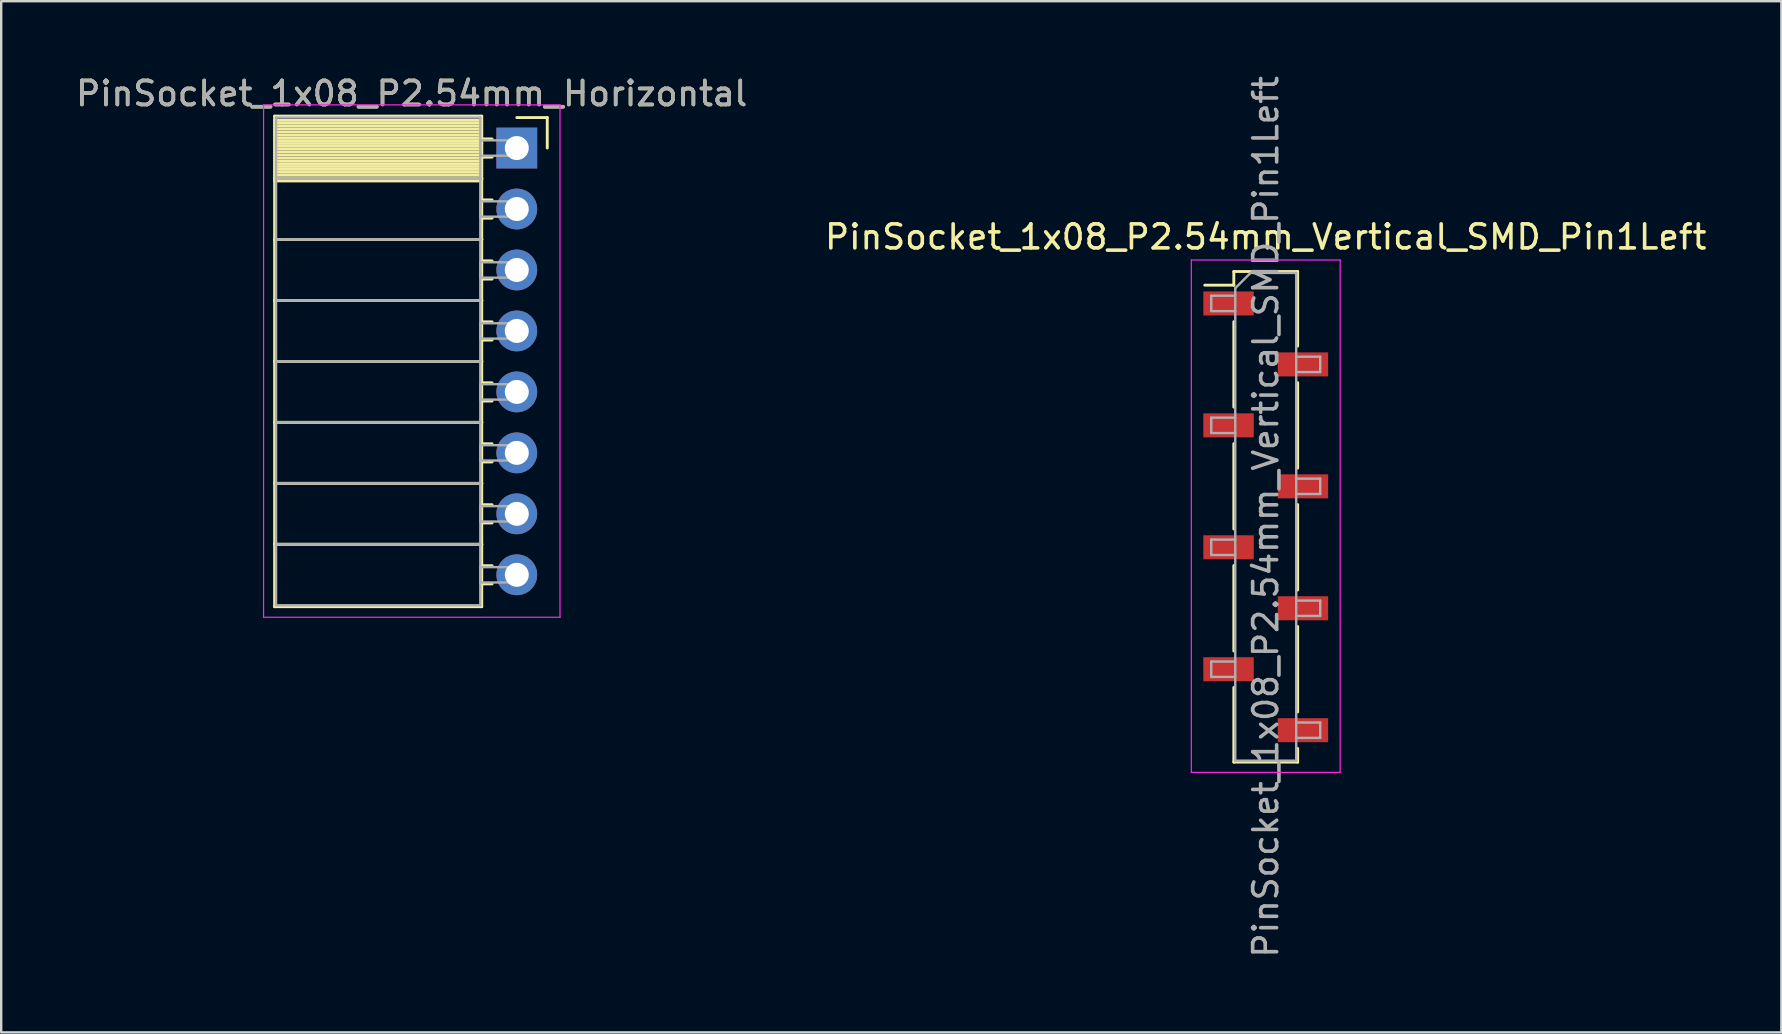
<source format=kicad_pcb>
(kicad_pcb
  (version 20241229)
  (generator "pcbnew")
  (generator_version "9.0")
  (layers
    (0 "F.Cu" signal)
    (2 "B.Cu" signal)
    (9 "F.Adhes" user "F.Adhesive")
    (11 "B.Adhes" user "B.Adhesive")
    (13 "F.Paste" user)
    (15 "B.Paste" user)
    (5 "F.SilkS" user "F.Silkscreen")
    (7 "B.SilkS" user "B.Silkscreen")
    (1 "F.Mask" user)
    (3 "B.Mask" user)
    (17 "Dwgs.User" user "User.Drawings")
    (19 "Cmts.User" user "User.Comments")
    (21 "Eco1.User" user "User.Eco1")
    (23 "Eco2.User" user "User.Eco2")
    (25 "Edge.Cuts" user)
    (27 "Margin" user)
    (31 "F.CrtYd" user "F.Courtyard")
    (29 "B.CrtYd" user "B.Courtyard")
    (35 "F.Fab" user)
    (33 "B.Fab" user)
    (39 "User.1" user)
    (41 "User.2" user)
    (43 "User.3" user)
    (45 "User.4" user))
  (footprint "PinSocket_1x08_P2.54mm_Horizontal"
    (layer "F.Cu")
    (at 18.481 3.118)
    (property "Reference" "PinSocket_1x08_P2.54mm_Horizontal" (at -4.38 -2.27 0) (layer "F.SilkS") (effects (font (size 1 1) (thickness 0.15))))
    (attr through_hole)
    (fp_line (start -10.09 -1.33) (end -1.46 -1.33) (stroke (width 0.12) (type solid)) (layer "F.SilkS"))
    (fp_line (start -10.09 1.27) (end -10.09 -1.33) (stroke (width 0.12) (type solid)) (layer "F.SilkS"))
    (fp_line (start -10.09 1.27) (end -1.46 1.27) (stroke (width 0.12) (type solid)) (layer "F.SilkS"))
    (fp_line (start -10.09 3.81) (end -10.09 1.27) (stroke (width 0.12) (type solid)) (layer "F.SilkS"))
    (fp_line (start -10.09 3.81) (end -1.46 3.81) (stroke (width 0.12) (type solid)) (layer "F.SilkS"))
    (fp_line (start -10.09 6.35) (end -10.09 3.81) (stroke (width 0.12) (type solid)) (layer "F.SilkS"))
    (fp_line (start -10.09 6.35) (end -1.46 6.35) (stroke (width 0.12) (type solid)) (layer "F.SilkS"))
    (fp_line (start -10.09 8.89) (end -10.09 6.35) (stroke (width 0.12) (type solid)) (layer "F.SilkS"))
    (fp_line (start -10.09 8.89) (end -1.46 8.89) (stroke (width 0.12) (type solid)) (layer "F.SilkS"))
    (fp_line (start -10.09 11.43) (end -10.09 8.89) (stroke (width 0.12) (type solid)) (layer "F.SilkS"))
    (fp_line (start -10.09 11.43) (end -1.46 11.43) (stroke (width 0.12) (type solid)) (layer "F.SilkS"))
    (fp_line (start -10.09 13.97) (end -10.09 11.43) (stroke (width 0.12) (type solid)) (layer "F.SilkS"))
    (fp_line (start -10.09 13.97) (end -1.46 13.97) (stroke (width 0.12) (type solid)) (layer "F.SilkS"))
    (fp_line (start -10.09 16.51) (end -10.09 13.97) (stroke (width 0.12) (type solid)) (layer "F.SilkS"))
    (fp_line (start -10.09 16.51) (end -1.46 16.51) (stroke (width 0.12) (type solid)) (layer "F.SilkS"))
    (fp_line (start -10.09 19.11) (end -10.09 16.51) (stroke (width 0.12) (type solid)) (layer "F.SilkS"))
    (fp_line (start -1.46 -1.33) (end -1.46 1.27) (stroke (width 0.12) (type solid)) (layer "F.SilkS"))
    (fp_line (start -1.46 -1.15) (end -10.09 -1.15) (stroke (width 0.12) (type solid)) (layer "F.SilkS"))
    (fp_line (start -1.46 -1.03) (end -10.09 -1.03) (stroke (width 0.12) (type solid)) (layer "F.SilkS"))
    (fp_line (start -1.46 -0.91) (end -10.09 -0.91) (stroke (width 0.12) (type solid)) (layer "F.SilkS"))
    (fp_line (start -1.46 -0.79) (end -10.09 -0.79) (stroke (width 0.12) (type solid)) (layer "F.SilkS"))
    (fp_line (start -1.46 -0.67) (end -10.09 -0.67) (stroke (width 0.12) (type solid)) (layer "F.SilkS"))
    (fp_line (start -1.46 -0.55) (end -10.09 -0.55) (stroke (width 0.12) (type solid)) (layer "F.SilkS"))
    (fp_line (start -1.46 -0.43) (end -10.09 -0.43) (stroke (width 0.12) (type solid)) (layer "F.SilkS"))
    (fp_line (start -1.46 -0.31) (end -10.09 -0.31) (stroke (width 0.12) (type solid)) (layer "F.SilkS"))
    (fp_line (start -1.46 -0.19) (end -10.09 -0.19) (stroke (width 0.12) (type solid)) (layer "F.SilkS"))
    (fp_line (start -1.46 -0.07) (end -10.09 -0.07) (stroke (width 0.12) (type solid)) (layer "F.SilkS"))
    (fp_line (start -1.46 0.05) (end -10.09 0.05) (stroke (width 0.12) (type solid)) (layer "F.SilkS"))
    (fp_line (start -1.46 0.17) (end -10.09 0.17) (stroke (width 0.12) (type solid)) (layer "F.SilkS"))
    (fp_line (start -1.46 0.29) (end -10.09 0.29) (stroke (width 0.12) (type solid)) (layer "F.SilkS"))
    (fp_line (start -1.46 0.41) (end -10.09 0.41) (stroke (width 0.12) (type solid)) (layer "F.SilkS"))
    (fp_line (start -1.46 0.53) (end -10.09 0.53) (stroke (width 0.12) (type solid)) (layer "F.SilkS"))
    (fp_line (start -1.46 0.65) (end -10.09 0.65) (stroke (width 0.12) (type solid)) (layer "F.SilkS"))
    (fp_line (start -1.46 0.77) (end -10.09 0.77) (stroke (width 0.12) (type solid)) (layer "F.SilkS"))
    (fp_line (start -1.46 0.89) (end -10.09 0.89) (stroke (width 0.12) (type solid)) (layer "F.SilkS"))
    (fp_line (start -1.46 1.01) (end -10.09 1.01) (stroke (width 0.12) (type solid)) (layer "F.SilkS"))
    (fp_line (start -1.46 1.13) (end -10.09 1.13) (stroke (width 0.12) (type solid)) (layer "F.SilkS"))
    (fp_line (start -1.46 1.25) (end -10.09 1.25) (stroke (width 0.12) (type solid)) (layer "F.SilkS"))
    (fp_line (start -1.46 1.27) (end -10.09 1.27) (stroke (width 0.12) (type solid)) (layer "F.SilkS"))
    (fp_line (start -1.46 1.27) (end -1.46 3.81) (stroke (width 0.12) (type solid)) (layer "F.SilkS"))
    (fp_line (start -1.46 1.37) (end -10.09 1.37) (stroke (width 0.12) (type solid)) (layer "F.SilkS"))
    (fp_line (start -1.46 3.81) (end -10.09 3.81) (stroke (width 0.12) (type solid)) (layer "F.SilkS"))
    (fp_line (start -1.46 3.81) (end -1.46 6.35) (stroke (width 0.12) (type solid)) (layer "F.SilkS"))
    (fp_line (start -1.46 6.35) (end -10.09 6.35) (stroke (width 0.12) (type solid)) (layer "F.SilkS"))
    (fp_line (start -1.46 6.35) (end -1.46 8.89) (stroke (width 0.12) (type solid)) (layer "F.SilkS"))
    (fp_line (start -1.46 8.89) (end -10.09 8.89) (stroke (width 0.12) (type solid)) (layer "F.SilkS"))
    (fp_line (start -1.46 8.89) (end -1.46 11.43) (stroke (width 0.12) (type solid)) (layer "F.SilkS"))
    (fp_line (start -1.46 11.43) (end -10.09 11.43) (stroke (width 0.12) (type solid)) (layer "F.SilkS"))
    (fp_line (start -1.46 11.43) (end -1.46 13.97) (stroke (width 0.12) (type solid)) (layer "F.SilkS"))
    (fp_line (start -1.46 13.97) (end -10.09 13.97) (stroke (width 0.12) (type solid)) (layer "F.SilkS"))
    (fp_line (start -1.46 13.97) (end -1.46 16.51) (stroke (width 0.12) (type solid)) (layer "F.SilkS"))
    (fp_line (start -1.46 16.51) (end -10.09 16.51) (stroke (width 0.12) (type solid)) (layer "F.SilkS"))
    (fp_line (start -1.46 16.51) (end -1.46 19.11) (stroke (width 0.12) (type solid)) (layer "F.SilkS"))
    (fp_line (start -1.46 19.11) (end -10.09 19.11) (stroke (width 0.12) (type solid)) (layer "F.SilkS"))
    (fp_line (start -1.03 -0.38) (end -1.46 -0.38) (stroke (width 0.12) (type solid)) (layer "F.SilkS"))
    (fp_line (start -1.03 0.38) (end -1.46 0.38) (stroke (width 0.12) (type solid)) (layer "F.SilkS"))
    (fp_line (start -1.03 2.16) (end -1.46 2.16) (stroke (width 0.12) (type solid)) (layer "F.SilkS"))
    (fp_line (start -1.03 2.92) (end -1.46 2.92) (stroke (width 0.12) (type solid)) (layer "F.SilkS"))
    (fp_line (start -1.03 4.7) (end -1.46 4.7) (stroke (width 0.12) (type solid)) (layer "F.SilkS"))
    (fp_line (start -1.03 5.46) (end -1.46 5.46) (stroke (width 0.12) (type solid)) (layer "F.SilkS"))
    (fp_line (start -1.03 7.24) (end -1.46 7.24) (stroke (width 0.12) (type solid)) (layer "F.SilkS"))
    (fp_line (start -1.03 8) (end -1.46 8) (stroke (width 0.12) (type solid)) (layer "F.SilkS"))
    (fp_line (start -1.03 9.78) (end -1.46 9.78) (stroke (width 0.12) (type solid)) (layer "F.SilkS"))
    (fp_line (start -1.03 10.54) (end -1.46 10.54) (stroke (width 0.12) (type solid)) (layer "F.SilkS"))
    (fp_line (start -1.03 12.32) (end -1.46 12.32) (stroke (width 0.12) (type solid)) (layer "F.SilkS"))
    (fp_line (start -1.03 13.08) (end -1.46 13.08) (stroke (width 0.12) (type solid)) (layer "F.SilkS"))
    (fp_line (start -1.03 14.86) (end -1.46 14.86) (stroke (width 0.12) (type solid)) (layer "F.SilkS"))
    (fp_line (start -1.03 15.62) (end -1.46 15.62) (stroke (width 0.12) (type solid)) (layer "F.SilkS"))
    (fp_line (start -1.03 17.4) (end -1.46 17.4) (stroke (width 0.12) (type solid)) (layer "F.SilkS"))
    (fp_line (start -1.03 18.16) (end -1.46 18.16) (stroke (width 0.12) (type solid)) (layer "F.SilkS"))
    (fp_line (start 0 -1.27) (end 1.27 -1.27) (stroke (width 0.12) (type solid)) (layer "F.SilkS"))
    (fp_line (start 1.27 -1.27) (end 1.27 0) (stroke (width 0.12) (type solid)) (layer "F.SilkS"))
    (fp_line (start -10.55 -1.8) (end 1.8 -1.8) (stroke (width 0.05) (type solid)) (layer "F.CrtYd"))
    (fp_line (start -10.55 19.55) (end -10.55 -1.8) (stroke (width 0.05) (type solid)) (layer "F.CrtYd"))
    (fp_line (start 1.8 -1.8) (end 1.8 19.55) (stroke (width 0.05) (type solid)) (layer "F.CrtYd"))
    (fp_line (start 1.8 19.55) (end -10.55 19.55) (stroke (width 0.05) (type solid)) (layer "F.CrtYd"))
    (fp_line (start -10.03 -1.27) (end -1.52 -1.27) (stroke (width 0.1) (type solid)) (layer "F.Fab"))
    (fp_line (start -10.03 1.27) (end -10.03 -1.27) (stroke (width 0.1) (type solid)) (layer "F.Fab"))
    (fp_line (start -10.03 1.27) (end -1.52 1.27) (stroke (width 0.1) (type solid)) (layer "F.Fab"))
    (fp_line (start -10.03 3.81) (end -10.03 1.27) (stroke (width 0.1) (type solid)) (layer "F.Fab"))
    (fp_line (start -10.03 3.81) (end -1.52 3.81) (stroke (width 0.1) (type solid)) (layer "F.Fab"))
    (fp_line (start -10.03 6.35) (end -10.03 3.81) (stroke (width 0.1) (type solid)) (layer "F.Fab"))
    (fp_line (start -10.03 6.35) (end -1.52 6.35) (stroke (width 0.1) (type solid)) (layer "F.Fab"))
    (fp_line (start -10.03 8.89) (end -10.03 6.35) (stroke (width 0.1) (type solid)) (layer "F.Fab"))
    (fp_line (start -10.03 8.89) (end -1.52 8.89) (stroke (width 0.1) (type solid)) (layer "F.Fab"))
    (fp_line (start -10.03 11.43) (end -10.03 8.89) (stroke (width 0.1) (type solid)) (layer "F.Fab"))
    (fp_line (start -10.03 11.43) (end -1.52 11.43) (stroke (width 0.1) (type solid)) (layer "F.Fab"))
    (fp_line (start -10.03 13.97) (end -10.03 11.43) (stroke (width 0.1) (type solid)) (layer "F.Fab"))
    (fp_line (start -10.03 13.97) (end -1.52 13.97) (stroke (width 0.1) (type solid)) (layer "F.Fab"))
    (fp_line (start -10.03 16.51) (end -10.03 13.97) (stroke (width 0.1) (type solid)) (layer "F.Fab"))
    (fp_line (start -10.03 16.51) (end -1.52 16.51) (stroke (width 0.1) (type solid)) (layer "F.Fab"))
    (fp_line (start -10.03 19.05) (end -10.03 16.51) (stroke (width 0.1) (type solid)) (layer "F.Fab"))
    (fp_line (start -1.52 -1.27) (end -1.52 1.27) (stroke (width 0.1) (type solid)) (layer "F.Fab"))
    (fp_line (start -1.52 -0.32) (end 0 -0.32) (stroke (width 0.1) (type solid)) (layer "F.Fab"))
    (fp_line (start -1.52 0.32) (end -1.52 -0.32) (stroke (width 0.1) (type solid)) (layer "F.Fab"))
    (fp_line (start -1.52 1.27) (end -10.03 1.27) (stroke (width 0.1) (type solid)) (layer "F.Fab"))
    (fp_line (start -1.52 1.27) (end -1.52 3.81) (stroke (width 0.1) (type solid)) (layer "F.Fab"))
    (fp_line (start -1.52 2.22) (end 0 2.22) (stroke (width 0.1) (type solid)) (layer "F.Fab"))
    (fp_line (start -1.52 2.86) (end -1.52 2.22) (stroke (width 0.1) (type solid)) (layer "F.Fab"))
    (fp_line (start -1.52 3.81) (end -10.03 3.81) (stroke (width 0.1) (type solid)) (layer "F.Fab"))
    (fp_line (start -1.52 3.81) (end -1.52 6.35) (stroke (width 0.1) (type solid)) (layer "F.Fab"))
    (fp_line (start -1.52 4.76) (end 0 4.76) (stroke (width 0.1) (type solid)) (layer "F.Fab"))
    (fp_line (start -1.52 5.4) (end -1.52 4.76) (stroke (width 0.1) (type solid)) (layer "F.Fab"))
    (fp_line (start -1.52 6.35) (end -10.03 6.35) (stroke (width 0.1) (type solid)) (layer "F.Fab"))
    (fp_line (start -1.52 6.35) (end -1.52 8.89) (stroke (width 0.1) (type solid)) (layer "F.Fab"))
    (fp_line (start -1.52 7.3) (end 0 7.3) (stroke (width 0.1) (type solid)) (layer "F.Fab"))
    (fp_line (start -1.52 7.94) (end -1.52 7.3) (stroke (width 0.1) (type solid)) (layer "F.Fab"))
    (fp_line (start -1.52 8.89) (end -10.03 8.89) (stroke (width 0.1) (type solid)) (layer "F.Fab"))
    (fp_line (start -1.52 8.89) (end -1.52 11.43) (stroke (width 0.1) (type solid)) (layer "F.Fab"))
    (fp_line (start -1.52 9.84) (end 0 9.84) (stroke (width 0.1) (type solid)) (layer "F.Fab"))
    (fp_line (start -1.52 10.48) (end -1.52 9.84) (stroke (width 0.1) (type solid)) (layer "F.Fab"))
    (fp_line (start -1.52 11.43) (end -10.03 11.43) (stroke (width 0.1) (type solid)) (layer "F.Fab"))
    (fp_line (start -1.52 11.43) (end -1.52 13.97) (stroke (width 0.1) (type solid)) (layer "F.Fab"))
    (fp_line (start -1.52 12.38) (end 0 12.38) (stroke (width 0.1) (type solid)) (layer "F.Fab"))
    (fp_line (start -1.52 13.02) (end -1.52 12.38) (stroke (width 0.1) (type solid)) (layer "F.Fab"))
    (fp_line (start -1.52 13.97) (end -10.03 13.97) (stroke (width 0.1) (type solid)) (layer "F.Fab"))
    (fp_line (start -1.52 13.97) (end -1.52 16.51) (stroke (width 0.1) (type solid)) (layer "F.Fab"))
    (fp_line (start -1.52 14.92) (end 0 14.92) (stroke (width 0.1) (type solid)) (layer "F.Fab"))
    (fp_line (start -1.52 15.56) (end -1.52 14.92) (stroke (width 0.1) (type solid)) (layer "F.Fab"))
    (fp_line (start -1.52 16.51) (end -10.03 16.51) (stroke (width 0.1) (type solid)) (layer "F.Fab"))
    (fp_line (start -1.52 16.51) (end -1.52 19.05) (stroke (width 0.1) (type solid)) (layer "F.Fab"))
    (fp_line (start -1.52 17.46) (end 0 17.46) (stroke (width 0.1) (type solid)) (layer "F.Fab"))
    (fp_line (start -1.52 18.1) (end -1.52 17.46) (stroke (width 0.1) (type solid)) (layer "F.Fab"))
    (fp_line (start -1.52 19.05) (end -10.03 19.05) (stroke (width 0.1) (type solid)) (layer "F.Fab"))
    (fp_line (start 0 -0.32) (end 0 0.32) (stroke (width 0.1) (type solid)) (layer "F.Fab"))
    (fp_line (start 0 0.32) (end -1.52 0.32) (stroke (width 0.1) (type solid)) (layer "F.Fab"))
    (fp_line (start 0 2.22) (end 0 2.86) (stroke (width 0.1) (type solid)) (layer "F.Fab"))
    (fp_line (start 0 2.86) (end -1.52 2.86) (stroke (width 0.1) (type solid)) (layer "F.Fab"))
    (fp_line (start 0 4.76) (end 0 5.4) (stroke (width 0.1) (type solid)) (layer "F.Fab"))
    (fp_line (start 0 5.4) (end -1.52 5.4) (stroke (width 0.1) (type solid)) (layer "F.Fab"))
    (fp_line (start 0 7.3) (end 0 7.94) (stroke (width 0.1) (type solid)) (layer "F.Fab"))
    (fp_line (start 0 7.94) (end -1.52 7.94) (stroke (width 0.1) (type solid)) (layer "F.Fab"))
    (fp_line (start 0 9.84) (end 0 10.48) (stroke (width 0.1) (type solid)) (layer "F.Fab"))
    (fp_line (start 0 10.48) (end -1.52 10.48) (stroke (width 0.1) (type solid)) (layer "F.Fab"))
    (fp_line (start 0 12.38) (end 0 13.02) (stroke (width 0.1) (type solid)) (layer "F.Fab"))
    (fp_line (start 0 13.02) (end -1.52 13.02) (stroke (width 0.1) (type solid)) (layer "F.Fab"))
    (fp_line (start 0 14.92) (end 0 15.56) (stroke (width 0.1) (type solid)) (layer "F.Fab"))
    (fp_line (start 0 15.56) (end -1.52 15.56) (stroke (width 0.1) (type solid)) (layer "F.Fab"))
    (fp_line (start 0 17.46) (end 0 18.1) (stroke (width 0.1) (type solid)) (layer "F.Fab"))
    (fp_line (start 0 18.1) (end -1.52 18.1) (stroke (width 0.1) (type solid)) (layer "F.Fab"))
    (fp_text user "${REFERENCE}" (at -4.38 -2.27 0) (layer "F.Fab") (effects (font (size 1 1) (thickness 0.15))))
    (pad "1" thru_hole rect (at 0 0) (size 1.7 1.7) (drill 1) (layers "*.Cu" "*.Mask"))
    (pad "2" thru_hole oval (at 0 2.54) (size 1.7 1.7) (drill 1) (layers "*.Cu" "*.Mask"))
    (pad "3" thru_hole oval (at 0 5.08) (size 1.7 1.7) (drill 1) (layers "*.Cu" "*.Mask"))
    (pad "4" thru_hole oval (at 0 7.62) (size 1.7 1.7) (drill 1) (layers "*.Cu" "*.Mask"))
    (pad "5" thru_hole oval (at 0 10.16) (size 1.7 1.7) (drill 1) (layers "*.Cu" "*.Mask"))
    (pad "6" thru_hole oval (at 0 12.7) (size 1.7 1.7) (drill 1) (layers "*.Cu" "*.Mask"))
    (pad "7" thru_hole oval (at 0 15.24) (size 1.7 1.7) (drill 1) (layers "*.Cu" "*.Mask"))
    (pad "8" thru_hole oval (at 0 17.78) (size 1.7 1.7) (drill 1) (layers "*.Cu" "*.Mask")))
  (footprint "PinSocket_1x08_P2.54mm_Vertical_SMD_Pin1Left"
    (layer "F.Cu")
    (at 49.685 18.482)
    (property "Reference" "PinSocket_1x08_P2.54mm_Vertical_SMD_Pin1Left" (at 0 -11.66 0) (layer "F.SilkS") (effects (font (size 1 1) (thickness 0.15))))
    (attr smd)
    (fp_line (start -2.54 -9.65) (end -1.33 -9.65) (stroke (width 0.12) (type solid)) (layer "F.SilkS"))
    (fp_line (start -1.33 -10.22) (end -1.33 -9.65) (stroke (width 0.12) (type solid)) (layer "F.SilkS"))
    (fp_line (start -1.33 -10.22) (end 1.33 -10.22) (stroke (width 0.12) (type solid)) (layer "F.SilkS"))
    (fp_line (start -1.33 -8.13) (end -1.33 -4.57) (stroke (width 0.12) (type solid)) (layer "F.SilkS"))
    (fp_line (start -1.33 -3.05) (end -1.33 0.51) (stroke (width 0.12) (type solid)) (layer "F.SilkS"))
    (fp_line (start -1.33 2.03) (end -1.33 5.59) (stroke (width 0.12) (type solid)) (layer "F.SilkS"))
    (fp_line (start -1.33 7.11) (end -1.33 10.22) (stroke (width 0.12) (type solid)) (layer "F.SilkS"))
    (fp_line (start -1.33 10.22) (end 1.33 10.22) (stroke (width 0.12) (type solid)) (layer "F.SilkS"))
    (fp_line (start 1.33 -10.22) (end 1.33 -7.11) (stroke (width 0.12) (type solid)) (layer "F.SilkS"))
    (fp_line (start 1.33 -5.59) (end 1.33 -2.03) (stroke (width 0.12) (type solid)) (layer "F.SilkS"))
    (fp_line (start 1.33 -0.51) (end 1.33 3.05) (stroke (width 0.12) (type solid)) (layer "F.SilkS"))
    (fp_line (start 1.33 4.57) (end 1.33 8.13) (stroke (width 0.12) (type solid)) (layer "F.SilkS"))
    (fp_line (start 1.33 9.65) (end 1.33 10.22) (stroke (width 0.12) (type solid)) (layer "F.SilkS"))
    (fp_line (start -3.1 -10.7) (end 3.1 -10.7) (stroke (width 0.05) (type solid)) (layer "F.CrtYd"))
    (fp_line (start -3.1 10.65) (end -3.1 -10.7) (stroke (width 0.05) (type solid)) (layer "F.CrtYd"))
    (fp_line (start 3.1 -10.7) (end 3.1 10.65) (stroke (width 0.05) (type solid)) (layer "F.CrtYd"))
    (fp_line (start 3.1 10.65) (end -3.1 10.65) (stroke (width 0.05) (type solid)) (layer "F.CrtYd"))
    (fp_line (start -2.27 -9.21) (end -1.27 -9.21) (stroke (width 0.1) (type solid)) (layer "F.Fab"))
    (fp_line (start -2.27 -8.57) (end -2.27 -9.21) (stroke (width 0.1) (type solid)) (layer "F.Fab"))
    (fp_line (start -2.27 -4.13) (end -1.27 -4.13) (stroke (width 0.1) (type solid)) (layer "F.Fab"))
    (fp_line (start -2.27 -3.49) (end -2.27 -4.13) (stroke (width 0.1) (type solid)) (layer "F.Fab"))
    (fp_line (start -2.27 0.95) (end -1.27 0.95) (stroke (width 0.1) (type solid)) (layer "F.Fab"))
    (fp_line (start -2.27 1.59) (end -2.27 0.95) (stroke (width 0.1) (type solid)) (layer "F.Fab"))
    (fp_line (start -2.27 6.03) (end -1.27 6.03) (stroke (width 0.1) (type solid)) (layer "F.Fab"))
    (fp_line (start -2.27 6.67) (end -2.27 6.03) (stroke (width 0.1) (type solid)) (layer "F.Fab"))
    (fp_line (start -1.27 -9.525) (end -0.635 -10.16) (stroke (width 0.1) (type solid)) (layer "F.Fab"))
    (fp_line (start -1.27 -8.57) (end -2.27 -8.57) (stroke (width 0.1) (type solid)) (layer "F.Fab"))
    (fp_line (start -1.27 -3.49) (end -2.27 -3.49) (stroke (width 0.1) (type solid)) (layer "F.Fab"))
    (fp_line (start -1.27 1.59) (end -2.27 1.59) (stroke (width 0.1) (type solid)) (layer "F.Fab"))
    (fp_line (start -1.27 6.67) (end -2.27 6.67) (stroke (width 0.1) (type solid)) (layer "F.Fab"))
    (fp_line (start -1.27 10.16) (end -1.27 -9.525) (stroke (width 0.1) (type solid)) (layer "F.Fab"))
    (fp_line (start -0.635 -10.16) (end 1.27 -10.16) (stroke (width 0.1) (type solid)) (layer "F.Fab"))
    (fp_line (start 1.27 -10.16) (end 1.27 10.16) (stroke (width 0.1) (type solid)) (layer "F.Fab"))
    (fp_line (start 1.27 -6.67) (end 2.27 -6.67) (stroke (width 0.1) (type solid)) (layer "F.Fab"))
    (fp_line (start 1.27 -1.59) (end 2.27 -1.59) (stroke (width 0.1) (type solid)) (layer "F.Fab"))
    (fp_line (start 1.27 3.49) (end 2.27 3.49) (stroke (width 0.1) (type solid)) (layer "F.Fab"))
    (fp_line (start 1.27 8.57) (end 2.27 8.57) (stroke (width 0.1) (type solid)) (layer "F.Fab"))
    (fp_line (start 1.27 10.16) (end -1.27 10.16) (stroke (width 0.1) (type solid)) (layer "F.Fab"))
    (fp_line (start 2.27 -6.67) (end 2.27 -6.03) (stroke (width 0.1) (type solid)) (layer "F.Fab"))
    (fp_line (start 2.27 -6.03) (end 1.27 -6.03) (stroke (width 0.1) (type solid)) (layer "F.Fab"))
    (fp_line (start 2.27 -1.59) (end 2.27 -0.95) (stroke (width 0.1) (type solid)) (layer "F.Fab"))
    (fp_line (start 2.27 -0.95) (end 1.27 -0.95) (stroke (width 0.1) (type solid)) (layer "F.Fab"))
    (fp_line (start 2.27 3.49) (end 2.27 4.13) (stroke (width 0.1) (type solid)) (layer "F.Fab"))
    (fp_line (start 2.27 4.13) (end 1.27 4.13) (stroke (width 0.1) (type solid)) (layer "F.Fab"))
    (fp_line (start 2.27 8.57) (end 2.27 9.21) (stroke (width 0.1) (type solid)) (layer "F.Fab"))
    (fp_line (start 2.27 9.21) (end 1.27 9.21) (stroke (width 0.1) (type solid)) (layer "F.Fab"))
    (fp_text user "${REFERENCE}" (at 0 0 90) (layer "F.Fab") (effects (font (size 1 1) (thickness 0.15))))
    (pad "1" smd rect (at -1.55 -8.89) (size 2.1 1) (layers "F.Cu" "F.Mask" "F.Paste"))
    (pad "2" smd rect (at 1.55 -6.35) (size 2.1 1) (layers "F.Cu" "F.Mask" "F.Paste"))
    (pad "3" smd rect (at -1.55 -3.81) (size 2.1 1) (layers "F.Cu" "F.Mask" "F.Paste"))
    (pad "4" smd rect (at 1.55 -1.27) (size 2.1 1) (layers "F.Cu" "F.Mask" "F.Paste"))
    (pad "5" smd rect (at -1.55 1.27) (size 2.1 1) (layers "F.Cu" "F.Mask" "F.Paste"))
    (pad "6" smd rect (at 1.55 3.81) (size 2.1 1) (layers "F.Cu" "F.Mask" "F.Paste"))
    (pad "7" smd rect (at -1.55 6.35) (size 2.1 1) (layers "F.Cu" "F.Mask" "F.Paste"))
    (pad "8" smd rect (at 1.55 8.89) (size 2.1 1) (layers "F.Cu" "F.Mask" "F.Paste")))
  (gr_rect
    (start -3 -3)
    (end 71.167 39.964)
    (stroke (width 0.1) (type default))
    (fill no)
    (layer "Edge.Cuts")))
</source>
